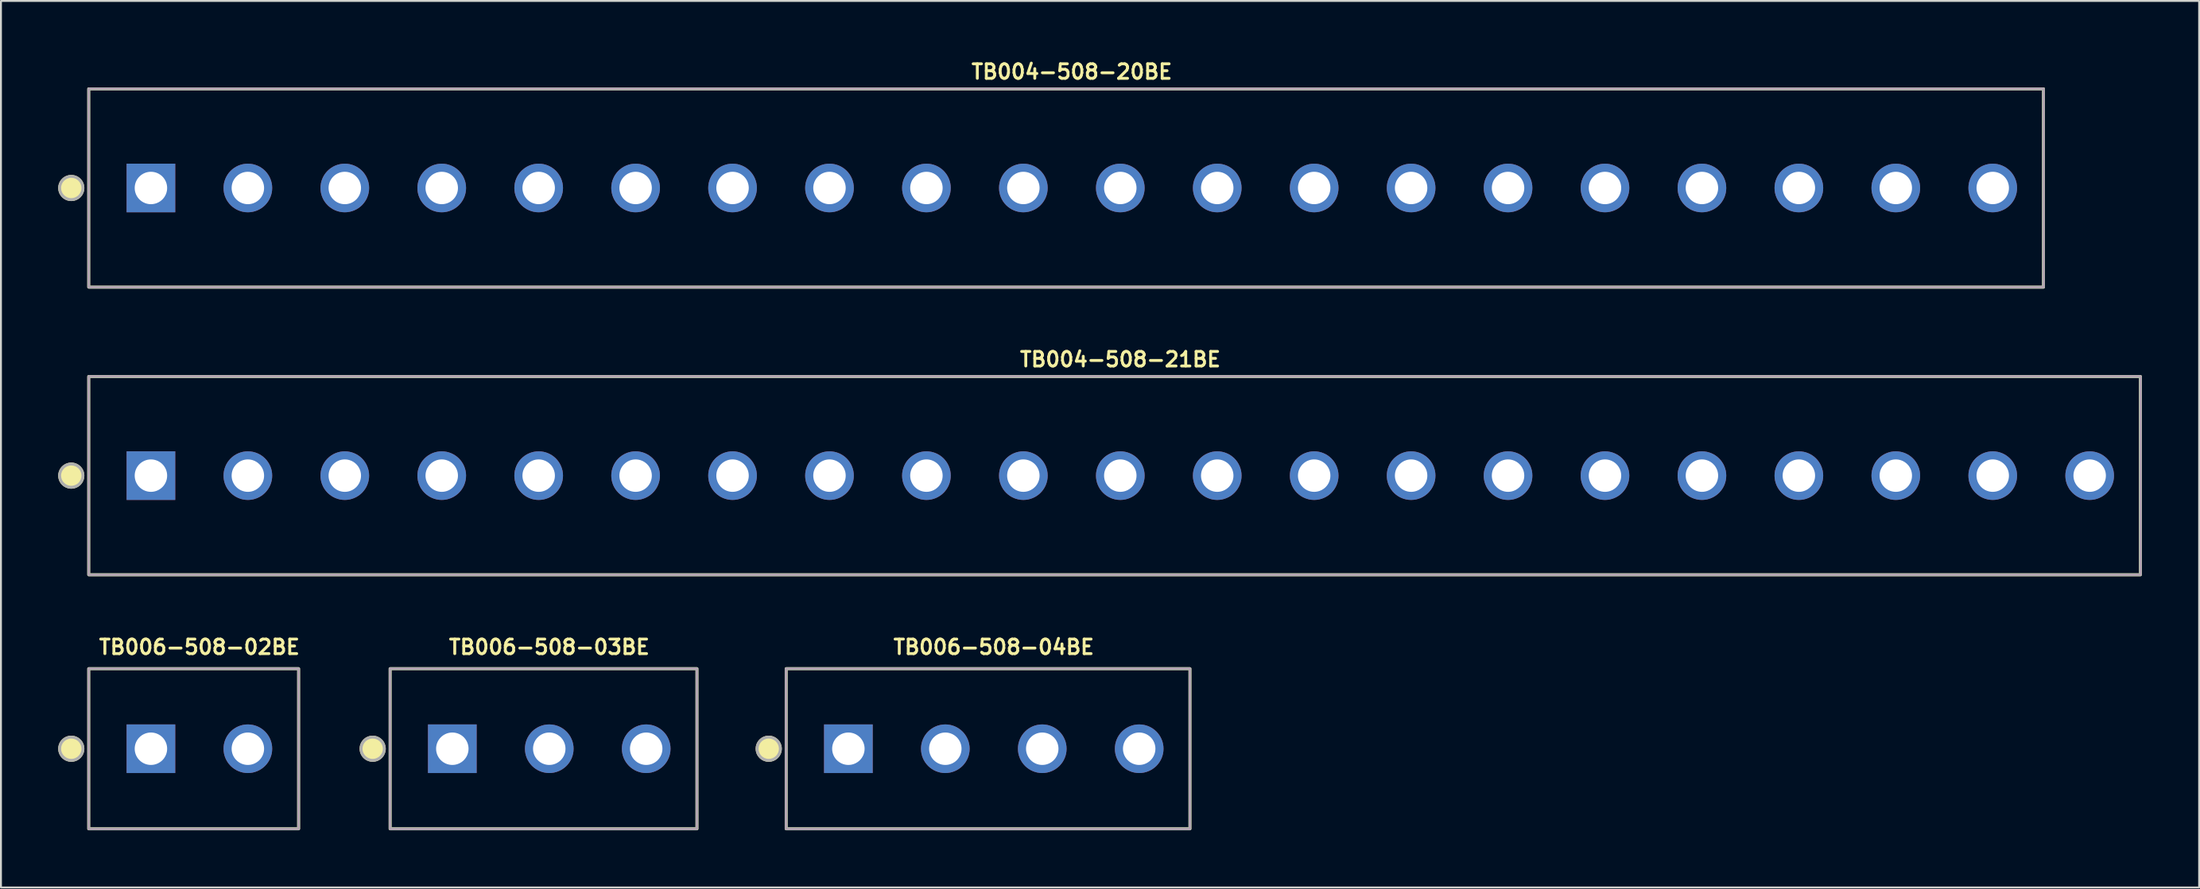
<source format=kicad_pcb>
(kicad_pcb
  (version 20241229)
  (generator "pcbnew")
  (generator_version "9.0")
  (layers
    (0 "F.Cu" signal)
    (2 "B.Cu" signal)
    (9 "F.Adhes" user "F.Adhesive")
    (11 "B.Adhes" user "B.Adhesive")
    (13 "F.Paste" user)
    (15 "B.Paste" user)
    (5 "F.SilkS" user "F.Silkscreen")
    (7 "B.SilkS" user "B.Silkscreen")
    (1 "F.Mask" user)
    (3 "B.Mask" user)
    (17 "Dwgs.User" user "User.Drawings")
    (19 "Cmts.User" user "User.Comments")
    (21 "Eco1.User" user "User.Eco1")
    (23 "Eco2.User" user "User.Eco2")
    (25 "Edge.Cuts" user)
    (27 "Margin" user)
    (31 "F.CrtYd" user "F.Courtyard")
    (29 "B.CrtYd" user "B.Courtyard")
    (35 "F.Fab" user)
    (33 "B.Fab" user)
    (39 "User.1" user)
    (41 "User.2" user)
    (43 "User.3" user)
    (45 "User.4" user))
  (footprint "TB004-508-20BE"
    (layer "F.Cu")
    (at 53.119 6.809)
    (property "Reference" "TB004-508-20BE" (at 0 -6.096 0) (layer "F.SilkS") (effects (font (size 0.762 0.762) (thickness 0.152))))
    (attr through_hole)
    (fp_rect (start -51.52 -5.2) (end 50.92 5.2) (stroke (width 0.152) (type default)) (fill no) (layer "F.SilkS"))
    (fp_circle (center -52.434 0) (end -51.825 0) (stroke (width 0.152) (type solid)) (fill yes) (layer "F.SilkS"))
    (fp_rect (start -51.52 -5.2) (end 50.92 5.2) (stroke (width 0.006) (type default)) (fill no) (layer "F.CrtYd"))
    (fp_rect (start -51.52 -5.2) (end 50.92 5.2) (stroke (width 0.152) (type default)) (fill no) (layer "F.Fab"))
    (fp_circle (center -52.434 0) (end -51.825 0) (stroke (width 0.152) (type solid)) (fill no) (layer "F.Fab"))
    (pad "1" thru_hole rect (at -48.26 0) (size 2.55 2.55) (drill 1.7) (layers "*.Cu" "*.Mask"))
    (pad "2" thru_hole circle (at -43.18 0) (size 2.55 2.55) (drill 1.7) (layers "*.Cu" "*.Mask"))
    (pad "3" thru_hole circle (at -38.1 0) (size 2.55 2.55) (drill 1.7) (layers "*.Cu" "*.Mask"))
    (pad "4" thru_hole circle (at -33.02 0) (size 2.55 2.55) (drill 1.7) (layers "*.Cu" "*.Mask"))
    (pad "5" thru_hole circle (at -27.94 0) (size 2.55 2.55) (drill 1.7) (layers "*.Cu" "*.Mask"))
    (pad "6" thru_hole circle (at -22.86 0) (size 2.55 2.55) (drill 1.7) (layers "*.Cu" "*.Mask"))
    (pad "7" thru_hole circle (at -17.78 0) (size 2.55 2.55) (drill 1.7) (layers "*.Cu" "*.Mask"))
    (pad "8" thru_hole circle (at -12.7 0) (size 2.55 2.55) (drill 1.7) (layers "*.Cu" "*.Mask"))
    (pad "9" thru_hole circle (at -7.62 0) (size 2.55 2.55) (drill 1.7) (layers "*.Cu" "*.Mask"))
    (pad "10" thru_hole circle (at -2.54 0) (size 2.55 2.55) (drill 1.7) (layers "*.Cu" "*.Mask"))
    (pad "11" thru_hole circle (at 2.54 0) (size 2.55 2.55) (drill 1.7) (layers "*.Cu" "*.Mask"))
    (pad "12" thru_hole circle (at 7.62 0) (size 2.55 2.55) (drill 1.7) (layers "*.Cu" "*.Mask"))
    (pad "13" thru_hole circle (at 12.7 0) (size 2.55 2.55) (drill 1.7) (layers "*.Cu" "*.Mask"))
    (pad "14" thru_hole circle (at 17.78 0) (size 2.55 2.55) (drill 1.7) (layers "*.Cu" "*.Mask"))
    (pad "15" thru_hole circle (at 22.86 0) (size 2.55 2.55) (drill 1.7) (layers "*.Cu" "*.Mask"))
    (pad "16" thru_hole circle (at 27.94 0) (size 2.55 2.55) (drill 1.7) (layers "*.Cu" "*.Mask"))
    (pad "17" thru_hole circle (at 33.02 0) (size 2.55 2.55) (drill 1.7) (layers "*.Cu" "*.Mask"))
    (pad "18" thru_hole circle (at 38.1 0) (size 2.55 2.55) (drill 1.7) (layers "*.Cu" "*.Mask"))
    (pad "19" thru_hole circle (at 43.18 0) (size 2.55 2.55) (drill 1.7) (layers "*.Cu" "*.Mask"))
    (pad "20" thru_hole circle (at 48.26 0) (size 2.55 2.55) (drill 1.7) (layers "*.Cu" "*.Mask")))
  (footprint "TB004-508-21BE"
    (layer "F.Cu")
    (at 55.659 21.895)
    (property "Reference" "TB004-508-21BE" (at 0 -6.096 0) (layer "F.SilkS") (effects (font (size 0.762 0.762) (thickness 0.152))))
    (attr through_hole)
    (fp_rect (start -54.06 -5.2) (end 53.46 5.2) (stroke (width 0.152) (type default)) (fill no) (layer "F.SilkS"))
    (fp_circle (center -54.974 0) (end -54.365 0) (stroke (width 0.152) (type solid)) (fill yes) (layer "F.SilkS"))
    (fp_rect (start -54.06 -5.2) (end 53.46 5.2) (stroke (width 0.006) (type default)) (fill no) (layer "F.CrtYd"))
    (fp_rect (start -54.06 -5.2) (end 53.46 5.2) (stroke (width 0.152) (type default)) (fill no) (layer "F.Fab"))
    (fp_circle (center -54.974 0) (end -54.365 0) (stroke (width 0.152) (type solid)) (fill no) (layer "F.Fab"))
    (pad "1" thru_hole rect (at -50.8 0) (size 2.55 2.55) (drill 1.7) (layers "*.Cu" "*.Mask"))
    (pad "2" thru_hole circle (at -45.72 0) (size 2.55 2.55) (drill 1.7) (layers "*.Cu" "*.Mask"))
    (pad "3" thru_hole circle (at -40.64 0) (size 2.55 2.55) (drill 1.7) (layers "*.Cu" "*.Mask"))
    (pad "4" thru_hole circle (at -35.56 0) (size 2.55 2.55) (drill 1.7) (layers "*.Cu" "*.Mask"))
    (pad "5" thru_hole circle (at -30.48 0) (size 2.55 2.55) (drill 1.7) (layers "*.Cu" "*.Mask"))
    (pad "6" thru_hole circle (at -25.4 0) (size 2.55 2.55) (drill 1.7) (layers "*.Cu" "*.Mask"))
    (pad "7" thru_hole circle (at -20.32 0) (size 2.55 2.55) (drill 1.7) (layers "*.Cu" "*.Mask"))
    (pad "8" thru_hole circle (at -15.24 0) (size 2.55 2.55) (drill 1.7) (layers "*.Cu" "*.Mask"))
    (pad "9" thru_hole circle (at -10.16 0) (size 2.55 2.55) (drill 1.7) (layers "*.Cu" "*.Mask"))
    (pad "10" thru_hole circle (at -5.08 0) (size 2.55 2.55) (drill 1.7) (layers "*.Cu" "*.Mask"))
    (pad "11" thru_hole circle (at 0 0) (size 2.55 2.55) (drill 1.7) (layers "*.Cu" "*.Mask"))
    (pad "12" thru_hole circle (at 5.08 0) (size 2.55 2.55) (drill 1.7) (layers "*.Cu" "*.Mask"))
    (pad "13" thru_hole circle (at 10.16 0) (size 2.55 2.55) (drill 1.7) (layers "*.Cu" "*.Mask"))
    (pad "14" thru_hole circle (at 15.24 0) (size 2.55 2.55) (drill 1.7) (layers "*.Cu" "*.Mask"))
    (pad "15" thru_hole circle (at 20.32 0) (size 2.55 2.55) (drill 1.7) (layers "*.Cu" "*.Mask"))
    (pad "16" thru_hole circle (at 25.4 0) (size 2.55 2.55) (drill 1.7) (layers "*.Cu" "*.Mask"))
    (pad "17" thru_hole circle (at 30.48 0) (size 2.55 2.55) (drill 1.7) (layers "*.Cu" "*.Mask"))
    (pad "18" thru_hole circle (at 35.56 0) (size 2.55 2.55) (drill 1.7) (layers "*.Cu" "*.Mask"))
    (pad "19" thru_hole circle (at 40.64 0) (size 2.55 2.55) (drill 1.7) (layers "*.Cu" "*.Mask"))
    (pad "20" thru_hole circle (at 45.72 0) (size 2.55 2.55) (drill 1.7) (layers "*.Cu" "*.Mask"))
    (pad "21" thru_hole circle (at 50.8 0) (size 2.55 2.55) (drill 1.7) (layers "*.Cu" "*.Mask")))
  (footprint "TB006-508-03BE"
    (layer "F.Cu")
    (at 25.734 36.218)
    (property "Reference" "TB006-508-03BE" (at 0 -5.334 0) (layer "F.SilkS") (effects (font (size 0.762 0.762) (thickness 0.152))))
    (attr through_hole)
    (fp_rect (start -8.34 -4.2) (end 7.74 4.2) (stroke (width 0.152) (type default)) (fill no) (layer "F.SilkS"))
    (fp_circle (center -9.254 0) (end -8.645 0) (stroke (width 0.152) (type solid)) (fill yes) (layer "F.SilkS"))
    (fp_rect (start -8.34 -4.2) (end 7.74 4.2) (stroke (width 0.006) (type default)) (fill no) (layer "F.CrtYd"))
    (fp_rect (start -8.34 -4.2) (end 7.74 4.2) (stroke (width 0.152) (type default)) (fill no) (layer "F.Fab"))
    (fp_circle (center -9.254 0) (end -8.645 0) (stroke (width 0.152) (type solid)) (fill no) (layer "F.Fab"))
    (pad "1" thru_hole rect (at -5.08 0) (size 2.55 2.55) (drill 1.7) (layers "*.Cu" "*.Mask"))
    (pad "2" thru_hole circle (at 0 0) (size 2.55 2.55) (drill 1.7) (layers "*.Cu" "*.Mask"))
    (pad "3" thru_hole circle (at 5.08 0) (size 2.55 2.55) (drill 1.7) (layers "*.Cu" "*.Mask")))
  (footprint "TB006-508-04BE"
    (layer "F.Cu")
    (at 49.029 36.218)
    (property "Reference" "TB006-508-04BE" (at 0 -5.334 0) (layer "F.SilkS") (effects (font (size 0.762 0.762) (thickness 0.152))))
    (attr through_hole)
    (fp_rect (start -10.88 -4.2) (end 10.28 4.2) (stroke (width 0.152) (type default)) (fill no) (layer "F.SilkS"))
    (fp_circle (center -11.794 0) (end -11.185 0) (stroke (width 0.152) (type solid)) (fill yes) (layer "F.SilkS"))
    (fp_rect (start -10.88 -4.2) (end 10.28 4.2) (stroke (width 0.006) (type default)) (fill no) (layer "F.CrtYd"))
    (fp_rect (start -10.88 -4.2) (end 10.28 4.2) (stroke (width 0.152) (type default)) (fill no) (layer "F.Fab"))
    (fp_circle (center -11.794 0) (end -11.185 0) (stroke (width 0.152) (type solid)) (fill no) (layer "F.Fab"))
    (pad "1" thru_hole rect (at -7.62 0) (size 2.55 2.55) (drill 1.7) (layers "*.Cu" "*.Mask"))
    (pad "2" thru_hole circle (at -2.54 0) (size 2.55 2.55) (drill 1.7) (layers "*.Cu" "*.Mask"))
    (pad "3" thru_hole circle (at 2.54 0) (size 2.55 2.55) (drill 1.7) (layers "*.Cu" "*.Mask"))
    (pad "4" thru_hole circle (at 7.62 0) (size 2.55 2.55) (drill 1.7) (layers "*.Cu" "*.Mask")))
  (footprint "TB006-508-02BE"
    (layer "F.Cu")
    (at 7.399 36.218)
    (property "Reference" "TB006-508-02BE" (at 0 -5.334 0) (layer "F.SilkS") (effects (font (size 0.762 0.762) (thickness 0.152))))
    (attr through_hole)
    (fp_rect (start -5.8 -4.2) (end 5.2 4.2) (stroke (width 0.152) (type default)) (fill no) (layer "F.SilkS"))
    (fp_circle (center -6.714 0) (end -6.105 0) (stroke (width 0.152) (type solid)) (fill yes) (layer "F.SilkS"))
    (fp_rect (start -5.8 -4.2) (end 5.2 4.2) (stroke (width 0.006) (type default)) (fill no) (layer "F.CrtYd"))
    (fp_rect (start -5.8 -4.2) (end 5.2 4.2) (stroke (width 0.152) (type default)) (fill no) (layer "F.Fab"))
    (fp_circle (center -6.714 0) (end -6.105 0) (stroke (width 0.152) (type solid)) (fill no) (layer "F.Fab"))
    (pad "1" thru_hole rect (at -2.54 0) (size 2.55 2.55) (drill 1.7) (layers "*.Cu" "*.Mask"))
    (pad "2" thru_hole circle (at 2.54 0) (size 2.55 2.55) (drill 1.7) (layers "*.Cu" "*.Mask")))
  (gr_rect
    (start -3 -3)
    (end 112.195 43.494)
    (stroke (width 0.1) (type default))
    (fill no)
    (layer "Edge.Cuts")))
</source>
